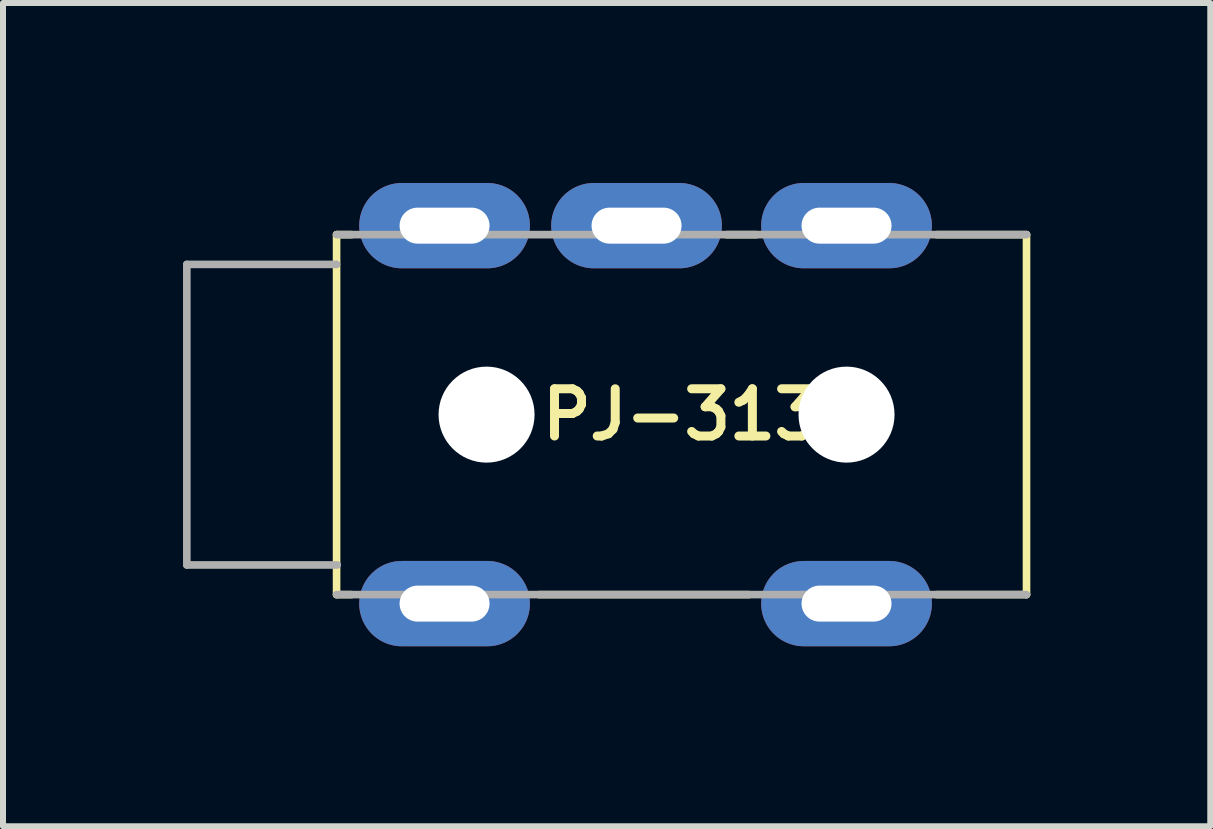
<source format=kicad_pcb>
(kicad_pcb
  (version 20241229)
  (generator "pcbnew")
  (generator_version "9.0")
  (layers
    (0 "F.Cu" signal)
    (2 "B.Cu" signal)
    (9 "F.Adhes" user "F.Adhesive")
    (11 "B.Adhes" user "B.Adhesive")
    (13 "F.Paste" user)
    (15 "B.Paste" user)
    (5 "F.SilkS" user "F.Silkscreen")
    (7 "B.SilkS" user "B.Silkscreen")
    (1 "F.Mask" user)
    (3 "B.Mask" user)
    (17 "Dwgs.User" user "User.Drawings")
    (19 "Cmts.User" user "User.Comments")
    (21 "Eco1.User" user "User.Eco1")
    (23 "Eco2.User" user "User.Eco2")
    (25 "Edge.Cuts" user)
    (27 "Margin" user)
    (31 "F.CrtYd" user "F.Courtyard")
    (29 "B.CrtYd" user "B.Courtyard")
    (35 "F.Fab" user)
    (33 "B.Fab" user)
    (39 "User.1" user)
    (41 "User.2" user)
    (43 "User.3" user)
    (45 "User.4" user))
  (footprint "PJ-313"
    (layer "F.Cu")
    (at 8.31 3.861)
    (property "Reference" "PJ-313" (at 0 0 0) (layer "F.SilkS") (effects (font (size 0.787 0.787) (thickness 0.15))))
    (attr through_hole)
    (fp_line (start -5.75 -3) (end -5.75 3) (stroke (width 0.127) (type solid)) (layer "F.SilkS"))
    (fp_line (start -5.75 -3) (end -5.5 -3) (stroke (width 0.127) (type solid)) (layer "F.SilkS"))
    (fp_line (start -5.75 3) (end -5.5 3) (stroke (width 0.127) (type solid)) (layer "F.SilkS"))
    (fp_line (start 0.75 -3) (end 1.25 -3) (stroke (width 0.127) (type solid)) (layer "F.SilkS"))
    (fp_line (start 1.125 3) (end -2.375 3) (stroke (width 0.127) (type solid)) (layer "F.SilkS"))
    (fp_line (start 5.75 -3) (end 4.25 -3) (stroke (width 0.127) (type solid)) (layer "F.SilkS"))
    (fp_line (start 5.75 3) (end 4.25 3) (stroke (width 0.127) (type solid)) (layer "F.SilkS"))
    (fp_line (start 5.75 3) (end 5.75 -3) (stroke (width 0.127) (type solid)) (layer "F.SilkS"))
    (fp_line (start -8.246 -2.504) (end -5.753 -2.504) (stroke (width 0.127) (type solid)) (layer "F.Fab"))
    (fp_line (start -8.246 2.506) (end -8.246 -2.504) (stroke (width 0.127) (type solid)) (layer "F.Fab"))
    (fp_line (start -5.753 -2.504) (end -5.753 -2.504) (stroke (width 0.127) (type solid)) (layer "F.Fab"))
    (fp_line (start -5.75 3) (end 5.75 3) (stroke (width 0.127) (type solid)) (layer "F.Fab"))
    (fp_line (start -5.739 2.506) (end -8.246 2.506) (stroke (width 0.127) (type solid)) (layer "F.Fab"))
    (fp_line (start 5.75 -3) (end -5.75 -3) (stroke (width 0.127) (type solid)) (layer "F.Fab"))
    (pad "" np_thru_hole circle (at -3.25 0) (size 1.6 1.6) (drill 1.6) (layers "*.Cu" "*.Mask"))
    (pad "" np_thru_hole circle (at 2.75 0) (size 1.6 1.6) (drill 1.6) (layers "*.Cu" "*.Mask"))
    (pad "R" thru_hole oval (at -0.75 -3.15) (size 2.845 1.422) (drill oval 1.5 0.6) (layers "*.Cu" "*.Mask"))
    (pad "S" thru_hole oval (at -3.95 -3.15) (size 2.845 1.422) (drill oval 1.5 0.6) (layers "*.Cu" "*.Mask"))
    (pad "S" thru_hole oval (at -3.95 3.15) (size 2.845 1.422) (drill oval 1.5 0.6) (layers "*.Cu" "*.Mask"))
    (pad "T" thru_hole oval (at 2.75 -3.15) (size 2.845 1.422) (drill oval 1.5 0.6) (layers "*.Cu" "*.Mask"))
    (pad "T" thru_hole oval (at 2.75 3.15) (size 2.845 1.422) (drill oval 1.5 0.6) (layers "*.Cu" "*.Mask")))
  (gr_rect
    (start -3 -3)
    (end 17.123 10.722)
    (stroke (width 0.1) (type default))
    (fill no)
    (layer "Edge.Cuts")))
</source>
